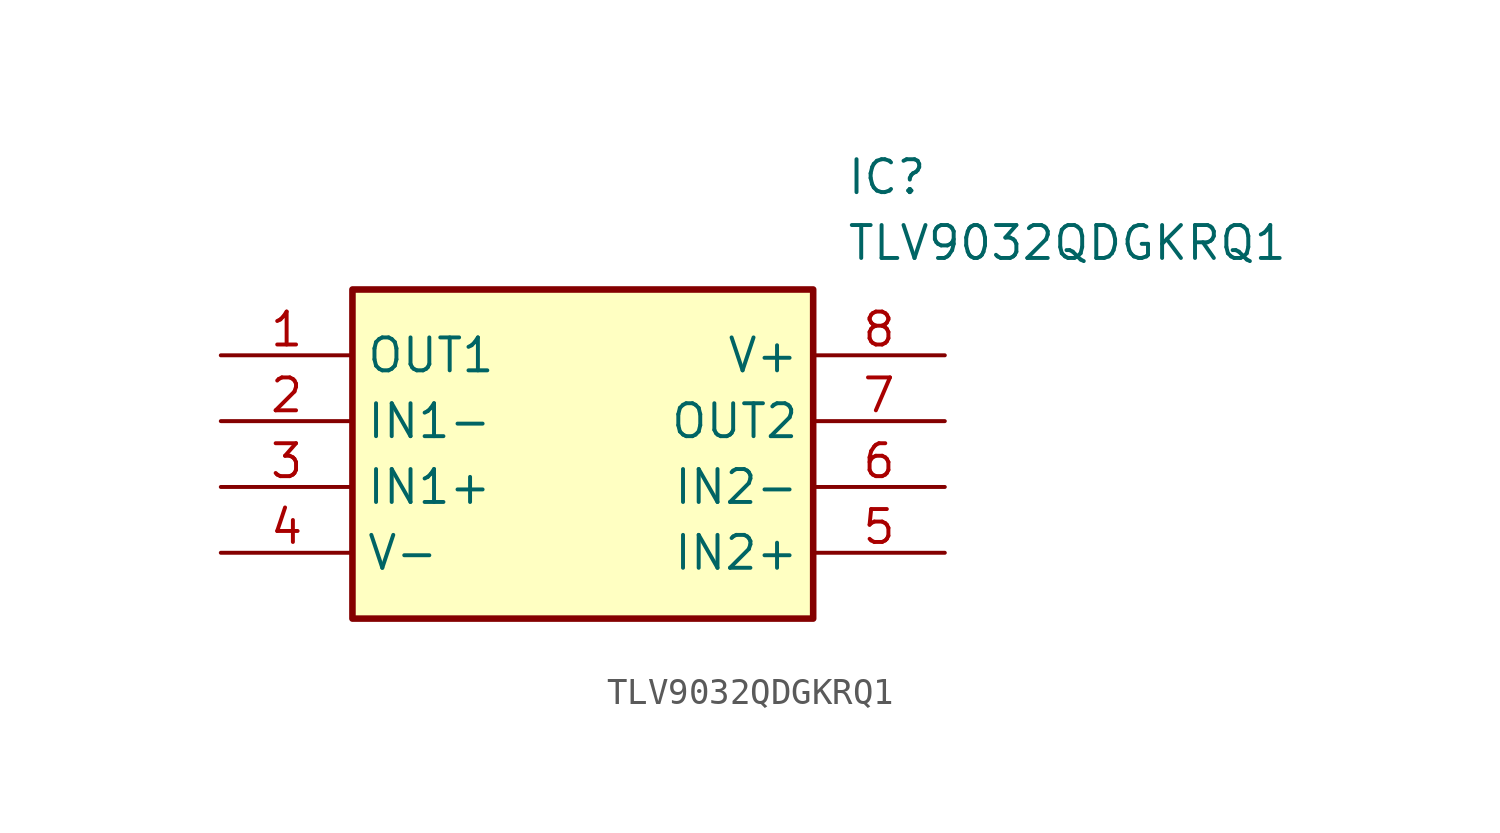
<source format=kicad_sym>
(kicad_symbol_lib
  (version 20211014)
  (generator SamacSys_ECAD_Model)
  (symbol "TLV9032QDGKRQ1"
    (property "Reference" "IC"
      (at 24.13 7.62 0)
      (effects (font (size 1.27 1.27)) (justify left top)))
    (property "Value" "TLV9032QDGKRQ1"
      (at 24.13 5.08 0)
      (effects (font (size 1.27 1.27)) (justify left top)))
    (rectangle
      (start 5.08 2.54)
      (end 22.86 -10.16)
      (stroke (width 0.254) (type default))
      (fill (type background)))
    (pin passive line
      (at 0 0 0)
      (length 5.08)
      (name "OUT1" (effects (font (size 1.27 1.27))))
      (number "1" (effects (font (size 1.27 1.27)))))
    (pin passive line
      (at 0 -2.54 0)
      (length 5.08)
      (name "IN1-" (effects (font (size 1.27 1.27))))
      (number "2" (effects (font (size 1.27 1.27)))))
    (pin passive line
      (at 0 -5.08 0)
      (length 5.08)
      (name "IN1+" (effects (font (size 1.27 1.27))))
      (number "3" (effects (font (size 1.27 1.27)))))
    (pin passive line
      (at 0 -7.62 0)
      (length 5.08)
      (name "V-" (effects (font (size 1.27 1.27))))
      (number "4" (effects (font (size 1.27 1.27)))))
    (pin passive line
      (at 27.94 0 180)
      (length 5.08)
      (name "V+" (effects (font (size 1.27 1.27))))
      (number "8" (effects (font (size 1.27 1.27)))))
    (pin passive line
      (at 27.94 -2.54 180)
      (length 5.08)
      (name "OUT2" (effects (font (size 1.27 1.27))))
      (number "7" (effects (font (size 1.27 1.27)))))
    (pin passive line
      (at 27.94 -5.08 180)
      (length 5.08)
      (name "IN2-" (effects (font (size 1.27 1.27))))
      (number "6" (effects (font (size 1.27 1.27)))))
    (pin passive line
      (at 27.94 -7.62 180)
      (length 5.08)
      (name "IN2+" (effects (font (size 1.27 1.27))))
      (number "5" (effects (font (size 1.27 1.27)))))))
</source>
